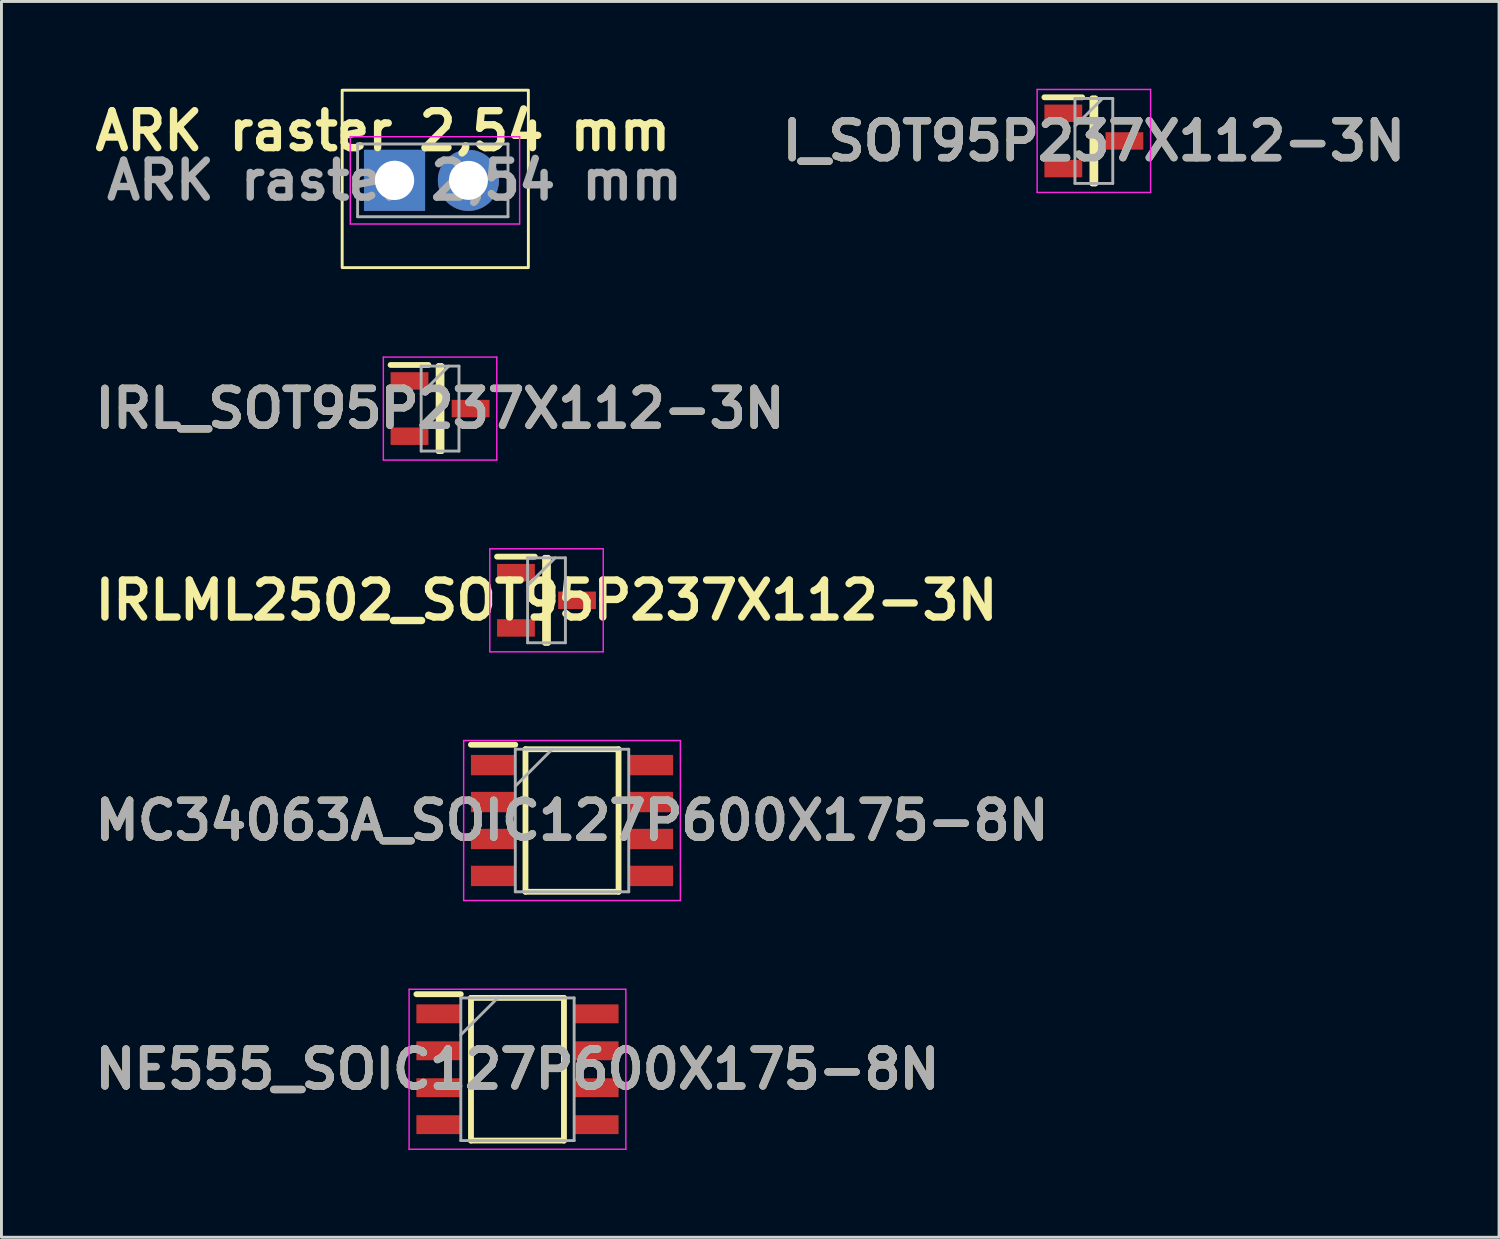
<source format=kicad_pcb>
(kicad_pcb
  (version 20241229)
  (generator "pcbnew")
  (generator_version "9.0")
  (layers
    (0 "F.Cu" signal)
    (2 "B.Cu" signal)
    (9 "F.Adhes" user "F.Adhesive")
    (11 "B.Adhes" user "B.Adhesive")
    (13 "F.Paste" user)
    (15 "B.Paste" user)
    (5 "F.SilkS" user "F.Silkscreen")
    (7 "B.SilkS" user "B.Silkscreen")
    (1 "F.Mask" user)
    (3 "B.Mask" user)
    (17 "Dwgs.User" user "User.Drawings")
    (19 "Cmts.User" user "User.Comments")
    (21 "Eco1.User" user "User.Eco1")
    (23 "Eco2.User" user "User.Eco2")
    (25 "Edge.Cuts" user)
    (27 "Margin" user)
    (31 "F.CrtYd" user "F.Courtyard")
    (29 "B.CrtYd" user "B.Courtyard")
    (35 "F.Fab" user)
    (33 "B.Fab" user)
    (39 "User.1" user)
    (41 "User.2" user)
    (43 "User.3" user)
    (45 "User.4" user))
  (footprint "MC34063A_SOIC127P600X175-8N"
    (layer "F.Cu")
    (at 16.613 25.155)
    (property "Reference" "MC34063A_SOIC127P600X175-8N" (at 0 0 0) (layer "F.SilkS") (effects (font (size 1.27 1.27) (thickness 0.254))))
    (attr smd)
    (fp_line (start -3.475 -2.605) (end -1.95 -2.605) (stroke (width 0.2) (type solid)) (layer "F.SilkS"))
    (fp_line (start -1.6 -2.45) (end 1.6 -2.45) (stroke (width 0.2) (type solid)) (layer "F.SilkS"))
    (fp_line (start -1.6 2.45) (end -1.6 -2.45) (stroke (width 0.2) (type solid)) (layer "F.SilkS"))
    (fp_line (start 1.6 -2.45) (end 1.6 2.45) (stroke (width 0.2) (type solid)) (layer "F.SilkS"))
    (fp_line (start 1.6 2.45) (end -1.6 2.45) (stroke (width 0.2) (type solid)) (layer "F.SilkS"))
    (fp_line (start -3.725 -2.75) (end 3.725 -2.75) (stroke (width 0.05) (type solid)) (layer "F.CrtYd"))
    (fp_line (start -3.725 2.75) (end -3.725 -2.75) (stroke (width 0.05) (type solid)) (layer "F.CrtYd"))
    (fp_line (start 3.725 -2.75) (end 3.725 2.75) (stroke (width 0.05) (type solid)) (layer "F.CrtYd"))
    (fp_line (start 3.725 2.75) (end -3.725 2.75) (stroke (width 0.05) (type solid)) (layer "F.CrtYd"))
    (fp_line (start -1.95 -2.45) (end 1.95 -2.45) (stroke (width 0.1) (type solid)) (layer "F.Fab"))
    (fp_line (start -1.95 -1.18) (end -0.68 -2.45) (stroke (width 0.1) (type solid)) (layer "F.Fab"))
    (fp_line (start -1.95 2.45) (end -1.95 -2.45) (stroke (width 0.1) (type solid)) (layer "F.Fab"))
    (fp_line (start 1.95 -2.45) (end 1.95 2.45) (stroke (width 0.1) (type solid)) (layer "F.Fab"))
    (fp_line (start 1.95 2.45) (end -1.95 2.45) (stroke (width 0.1) (type solid)) (layer "F.Fab"))
    (fp_text user "${REFERENCE}" (at 0 0 0) (layer "F.Fab") (effects (font (size 1.27 1.27) (thickness 0.254))))
    (pad "1" smd rect (at -2.712 -1.905 90) (size 0.7 1.525) (layers "F.Cu" "F.Mask" "F.Paste"))
    (pad "2" smd rect (at -2.712 -0.635 90) (size 0.7 1.525) (layers "F.Cu" "F.Mask" "F.Paste"))
    (pad "3" smd rect (at -2.712 0.635 90) (size 0.7 1.525) (layers "F.Cu" "F.Mask" "F.Paste"))
    (pad "4" smd rect (at -2.712 1.905 90) (size 0.7 1.525) (layers "F.Cu" "F.Mask" "F.Paste"))
    (pad "5" smd rect (at 2.712 1.905 90) (size 0.7 1.525) (layers "F.Cu" "F.Mask" "F.Paste"))
    (pad "6" smd rect (at 2.712 0.635 90) (size 0.7 1.525) (layers "F.Cu" "F.Mask" "F.Paste"))
    (pad "7" smd rect (at 2.712 -0.635 90) (size 0.7 1.525) (layers "F.Cu" "F.Mask" "F.Paste"))
    (pad "8" smd rect (at 2.712 -1.905 90) (size 0.7 1.525) (layers "F.Cu" "F.Mask" "F.Paste")))
  (footprint "I_SOT95P237X112-3N"
    (layer "F.Cu")
    (at 34.551 1.795)
    (property "Reference" "I_SOT95P237X112-3N" (at 0 0 0) (layer "F.SilkS") (effects (font (size 1.27 1.27) (thickness 0.254))))
    (attr smd)
    (fp_line (start -1.7 -1.5) (end -0.4 -1.5) (stroke (width 0.2) (type solid)) (layer "F.SilkS"))
    (fp_line (start -0.05 -1.46) (end 0.05 -1.46) (stroke (width 0.2) (type solid)) (layer "F.SilkS"))
    (fp_line (start -0.05 1.46) (end -0.05 -1.46) (stroke (width 0.2) (type solid)) (layer "F.SilkS"))
    (fp_line (start 0.05 -1.46) (end 0.05 1.46) (stroke (width 0.2) (type solid)) (layer "F.SilkS"))
    (fp_line (start 0.05 1.46) (end -0.05 1.46) (stroke (width 0.2) (type solid)) (layer "F.SilkS"))
    (fp_line (start -1.95 -1.77) (end 1.95 -1.77) (stroke (width 0.05) (type solid)) (layer "F.CrtYd"))
    (fp_line (start -1.95 1.77) (end -1.95 -1.77) (stroke (width 0.05) (type solid)) (layer "F.CrtYd"))
    (fp_line (start 1.95 -1.77) (end 1.95 1.77) (stroke (width 0.05) (type solid)) (layer "F.CrtYd"))
    (fp_line (start 1.95 1.77) (end -1.95 1.77) (stroke (width 0.05) (type solid)) (layer "F.CrtYd"))
    (fp_line (start -0.65 -1.46) (end 0.65 -1.46) (stroke (width 0.1) (type solid)) (layer "F.Fab"))
    (fp_line (start -0.65 -0.51) (end 0.3 -1.46) (stroke (width 0.1) (type solid)) (layer "F.Fab"))
    (fp_line (start -0.65 1.46) (end -0.65 -1.46) (stroke (width 0.1) (type solid)) (layer "F.Fab"))
    (fp_line (start 0.65 -1.46) (end 0.65 1.46) (stroke (width 0.1) (type solid)) (layer "F.Fab"))
    (fp_line (start 0.65 1.46) (end -0.65 1.46) (stroke (width 0.1) (type solid)) (layer "F.Fab"))
    (fp_text user "${REFERENCE}" (at 0 0 0) (layer "F.Fab") (effects (font (size 1.27 1.27) (thickness 0.254))))
    (pad "1" smd rect (at -1.05 -0.95 90) (size 0.6 1.3) (layers "F.Cu" "F.Mask" "F.Paste"))
    (pad "2" smd rect (at -1.05 0.95 90) (size 0.6 1.3) (layers "F.Cu" "F.Mask" "F.Paste"))
    (pad "3" smd rect (at 1.05 0 90) (size 0.6 1.3) (layers "F.Cu" "F.Mask" "F.Paste")))
  (footprint "ARK raster 2,54 mm"
    (layer "F.Cu")
    (at 10.512 3.15)
    (property "Reference" "ARK raster 2,54 mm" (at -0.4 -1.7 0) (layer "F.SilkS") (effects (font (size 1.27 1.27) (thickness 0.254))))
    (attr through_hole)
    (fp_rect (start -1.8 -3.1) (end 4.6 3) (stroke (width 0.1) (type default)) (fill no) (layer "F.SilkS"))
    (fp_line (start -1.52 -1.5) (end 4.3 -1.5) (stroke (width 0.05) (type solid)) (layer "F.CrtYd"))
    (fp_line (start -1.52 1.5) (end -1.52 -1.5) (stroke (width 0.05) (type solid)) (layer "F.CrtYd"))
    (fp_line (start 4.3 -1.5) (end 4.3 1.5) (stroke (width 0.05) (type solid)) (layer "F.CrtYd"))
    (fp_line (start 4.3 1.5) (end -1.52 1.5) (stroke (width 0.05) (type solid)) (layer "F.CrtYd"))
    (fp_line (start -1.27 -1.25) (end 3.9 -1.25) (stroke (width 0.1) (type solid)) (layer "F.Fab"))
    (fp_line (start -1.27 1.25) (end -1.27 -1.25) (stroke (width 0.1) (type solid)) (layer "F.Fab"))
    (fp_line (start 3.9 -1.25) (end 3.9 1.25) (stroke (width 0.1) (type solid)) (layer "F.Fab"))
    (fp_line (start 3.9 1.25) (end -1.27 1.25) (stroke (width 0.1) (type solid)) (layer "F.Fab"))
    (fp_text user "${REFERENCE}" (at 0 0 0) (layer "F.Fab") (effects (font (size 1.27 1.27) (thickness 0.254))))
    (pad "1" thru_hole rect (at 0 0) (size 2.1 2.1) (drill 1.35) (layers "*.Cu" "*.Mask"))
    (pad "2" thru_hole circle (at 2.54 0) (size 2.1 2.1) (drill 1.34) (layers "*.Cu" "*.Mask")))
  (footprint "IRLML2502_SOT95P237X112-3N"
    (layer "F.Cu")
    (at 15.736 17.585)
    (property "Reference" "IRLML2502_SOT95P237X112-3N" (at 0 0 0) (layer "F.SilkS") (effects (font (size 1.27 1.27) (thickness 0.254))))
    (attr smd)
    (fp_line (start -1.7 -1.5) (end -0.4 -1.5) (stroke (width 0.2) (type solid)) (layer "F.SilkS"))
    (fp_line (start -0.05 -1.46) (end 0.05 -1.46) (stroke (width 0.2) (type solid)) (layer "F.SilkS"))
    (fp_line (start -0.05 1.46) (end -0.05 -1.46) (stroke (width 0.2) (type solid)) (layer "F.SilkS"))
    (fp_line (start 0.05 -1.46) (end 0.05 1.46) (stroke (width 0.2) (type solid)) (layer "F.SilkS"))
    (fp_line (start 0.05 1.46) (end -0.05 1.46) (stroke (width 0.2) (type solid)) (layer "F.SilkS"))
    (fp_line (start -1.95 -1.77) (end 1.95 -1.77) (stroke (width 0.05) (type solid)) (layer "F.CrtYd"))
    (fp_line (start -1.95 1.77) (end -1.95 -1.77) (stroke (width 0.05) (type solid)) (layer "F.CrtYd"))
    (fp_line (start 1.95 -1.77) (end 1.95 1.77) (stroke (width 0.05) (type solid)) (layer "F.CrtYd"))
    (fp_line (start 1.95 1.77) (end -1.95 1.77) (stroke (width 0.05) (type solid)) (layer "F.CrtYd"))
    (fp_line (start -0.65 -1.46) (end 0.65 -1.46) (stroke (width 0.1) (type solid)) (layer "F.Fab"))
    (fp_line (start -0.65 -0.51) (end 0.3 -1.46) (stroke (width 0.1) (type solid)) (layer "F.Fab"))
    (fp_line (start -0.65 1.46) (end -0.65 -1.46) (stroke (width 0.1) (type solid)) (layer "F.Fab"))
    (fp_line (start 0.65 -1.46) (end 0.65 1.46) (stroke (width 0.1) (type solid)) (layer "F.Fab"))
    (fp_line (start 0.65 1.46) (end -0.65 1.46) (stroke (width 0.1) (type solid)) (layer "F.Fab"))
    (pad "1" smd rect (at -1.05 -0.95 90) (size 0.6 1.3) (layers "F.Cu" "F.Mask" "F.Paste"))
    (pad "2" smd rect (at -1.05 0.95 90) (size 0.6 1.3) (layers "F.Cu" "F.Mask" "F.Paste"))
    (pad "3" smd rect (at 1.05 0 90) (size 0.6 1.3) (layers "F.Cu" "F.Mask" "F.Paste")))
  (footprint "IRL_SOT95P237X112-3N"
    (layer "F.Cu")
    (at 12.077 10.995)
    (property "Reference" "IRL_SOT95P237X112-3N" (at 0 0 0) (layer "F.SilkS") (effects (font (size 1.27 1.27) (thickness 0.254))))
    (attr smd)
    (fp_line (start -1.7 -1.5) (end -0.4 -1.5) (stroke (width 0.2) (type solid)) (layer "F.SilkS"))
    (fp_line (start -0.05 -1.46) (end 0.05 -1.46) (stroke (width 0.2) (type solid)) (layer "F.SilkS"))
    (fp_line (start -0.05 1.46) (end -0.05 -1.46) (stroke (width 0.2) (type solid)) (layer "F.SilkS"))
    (fp_line (start 0.05 -1.46) (end 0.05 1.46) (stroke (width 0.2) (type solid)) (layer "F.SilkS"))
    (fp_line (start 0.05 1.46) (end -0.05 1.46) (stroke (width 0.2) (type solid)) (layer "F.SilkS"))
    (fp_line (start -1.95 -1.77) (end 1.95 -1.77) (stroke (width 0.05) (type solid)) (layer "F.CrtYd"))
    (fp_line (start -1.95 1.77) (end -1.95 -1.77) (stroke (width 0.05) (type solid)) (layer "F.CrtYd"))
    (fp_line (start 1.95 -1.77) (end 1.95 1.77) (stroke (width 0.05) (type solid)) (layer "F.CrtYd"))
    (fp_line (start 1.95 1.77) (end -1.95 1.77) (stroke (width 0.05) (type solid)) (layer "F.CrtYd"))
    (fp_line (start -0.65 -1.46) (end 0.65 -1.46) (stroke (width 0.1) (type solid)) (layer "F.Fab"))
    (fp_line (start -0.65 -0.51) (end 0.3 -1.46) (stroke (width 0.1) (type solid)) (layer "F.Fab"))
    (fp_line (start -0.65 1.46) (end -0.65 -1.46) (stroke (width 0.1) (type solid)) (layer "F.Fab"))
    (fp_line (start 0.65 -1.46) (end 0.65 1.46) (stroke (width 0.1) (type solid)) (layer "F.Fab"))
    (fp_line (start 0.65 1.46) (end -0.65 1.46) (stroke (width 0.1) (type solid)) (layer "F.Fab"))
    (fp_text user "${REFERENCE}" (at 0 0 0) (layer "F.Fab") (effects (font (size 1.27 1.27) (thickness 0.254))))
    (pad "1" smd rect (at -1.05 -0.95 90) (size 0.6 1.3) (layers "F.Cu" "F.Mask" "F.Paste"))
    (pad "2" smd rect (at -1.05 0.95 90) (size 0.6 1.3) (layers "F.Cu" "F.Mask" "F.Paste"))
    (pad "3" smd rect (at 1.05 0 90) (size 0.6 1.3) (layers "F.Cu" "F.Mask" "F.Paste")))
  (footprint "NE555_SOIC127P600X175-8N"
    (layer "F.Cu")
    (at 14.738 33.705)
    (property "Reference" "NE555_SOIC127P600X175-8N" (at 0 0 0) (layer "F.SilkS") (effects (font (size 1.27 1.27) (thickness 0.254))))
    (attr smd)
    (fp_line (start -3.475 -2.58) (end -1.948 -2.58) (stroke (width 0.2) (type solid)) (layer "F.SilkS"))
    (fp_line (start -1.598 -2.452) (end 1.598 -2.452) (stroke (width 0.2) (type solid)) (layer "F.SilkS"))
    (fp_line (start -1.598 2.452) (end -1.598 -2.452) (stroke (width 0.2) (type solid)) (layer "F.SilkS"))
    (fp_line (start 1.598 -2.452) (end 1.598 2.452) (stroke (width 0.2) (type solid)) (layer "F.SilkS"))
    (fp_line (start 1.598 2.452) (end -1.598 2.452) (stroke (width 0.2) (type solid)) (layer "F.SilkS"))
    (fp_line (start -3.725 -2.75) (end 3.725 -2.75) (stroke (width 0.05) (type solid)) (layer "F.CrtYd"))
    (fp_line (start -3.725 2.75) (end -3.725 -2.75) (stroke (width 0.05) (type solid)) (layer "F.CrtYd"))
    (fp_line (start 3.725 -2.75) (end 3.725 2.75) (stroke (width 0.05) (type solid)) (layer "F.CrtYd"))
    (fp_line (start 3.725 2.75) (end -3.725 2.75) (stroke (width 0.05) (type solid)) (layer "F.CrtYd"))
    (fp_line (start -1.948 -2.452) (end 1.948 -2.452) (stroke (width 0.1) (type solid)) (layer "F.Fab"))
    (fp_line (start -1.948 -1.182) (end -0.678 -2.452) (stroke (width 0.1) (type solid)) (layer "F.Fab"))
    (fp_line (start -1.948 2.452) (end -1.948 -2.452) (stroke (width 0.1) (type solid)) (layer "F.Fab"))
    (fp_line (start 1.948 -2.452) (end 1.948 2.452) (stroke (width 0.1) (type solid)) (layer "F.Fab"))
    (fp_line (start 1.948 2.452) (end -1.948 2.452) (stroke (width 0.1) (type solid)) (layer "F.Fab"))
    (fp_text user "${REFERENCE}" (at 0 0 0) (layer "F.Fab") (effects (font (size 1.27 1.27) (thickness 0.254))))
    (pad "1" smd rect (at -2.711 -1.905 90) (size 0.65 1.528) (layers "F.Cu" "F.Mask" "F.Paste"))
    (pad "2" smd rect (at -2.711 -0.635 90) (size 0.65 1.528) (layers "F.Cu" "F.Mask" "F.Paste"))
    (pad "3" smd rect (at -2.711 0.635 90) (size 0.65 1.528) (layers "F.Cu" "F.Mask" "F.Paste"))
    (pad "4" smd rect (at -2.711 1.905 90) (size 0.65 1.528) (layers "F.Cu" "F.Mask" "F.Paste"))
    (pad "5" smd rect (at 2.711 1.905 90) (size 0.65 1.528) (layers "F.Cu" "F.Mask" "F.Paste"))
    (pad "6" smd rect (at 2.711 0.635 90) (size 0.65 1.528) (layers "F.Cu" "F.Mask" "F.Paste"))
    (pad "7" smd rect (at 2.711 -0.635 90) (size 0.65 1.528) (layers "F.Cu" "F.Mask" "F.Paste"))
    (pad "8" smd rect (at 2.711 -1.905 90) (size 0.65 1.528) (layers "F.Cu" "F.Mask" "F.Paste")))
  (gr_rect
    (start -3 -3)
    (end 48.479 39.48)
    (stroke (width 0.1) (type default))
    (fill no)
    (layer "Edge.Cuts")))
</source>
